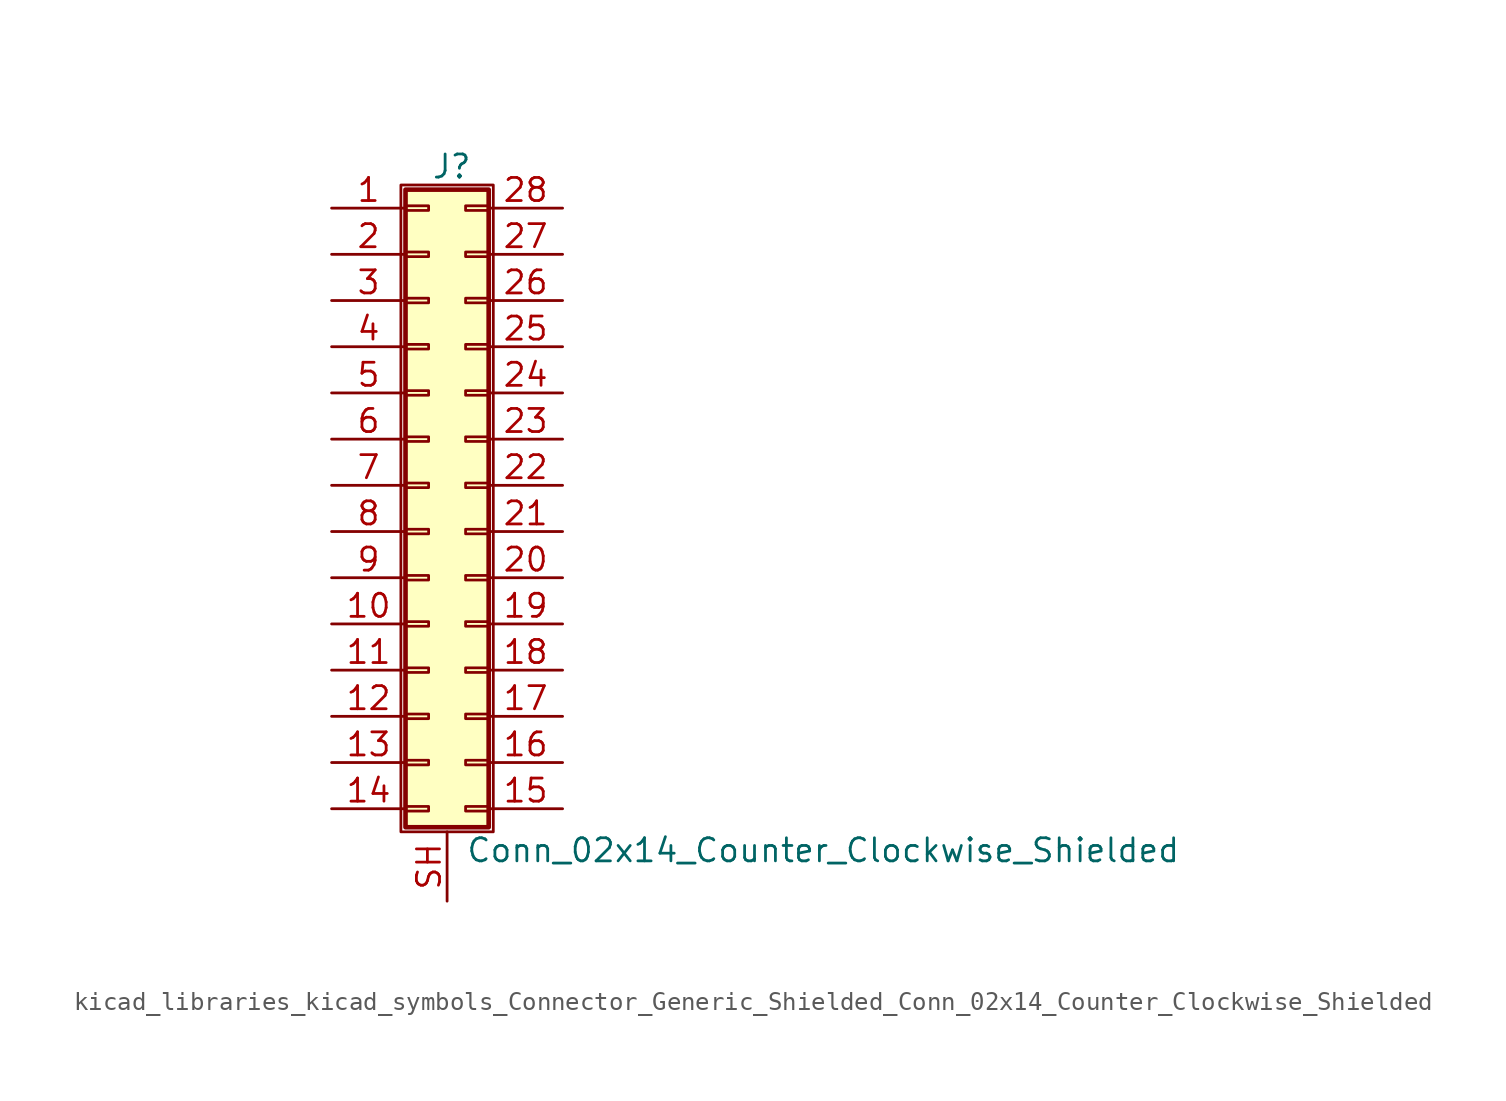
<source format=kicad_sym>
(kicad_symbol_lib
  (version 20220914)
  (generator kicad_symbol_editor)
  (symbol "kicad_libraries_kicad_symbols_Connector_Generic_Shielded_Conn_02x14_Counter_Clockwise_Shielded"
    (pin_names
      (offset 1.016) hide)
    (property "Reference" "J"
      (at 1.524 17.526 0)
      (effects (font (size 1.27 1.27))))
    (property "Value" "Conn_02x14_Counter_Clockwise_Shielded"
      (at 2.286 -20.066 0)
      (effects (font (size 1.27 1.27)) (justify left)))
    (symbol "kicad_libraries_kicad_symbols_Connector_Generic_Shielded_Conn_02x14_Counter_Clockwise_Shielded_1_1"
      (rectangle (start -1.27 16.51) (end 3.81 -19.05) (stroke (width 0.152) (type default)) (fill (type none)))
      (rectangle (start -1.016 -17.653) (end 0.254 -17.907) (stroke (width 0.152) (type default)) (fill (type none)))
      (rectangle (start -1.016 -15.113) (end 0.254 -15.367) (stroke (width 0.152) (type default)) (fill (type none)))
      (rectangle (start -1.016 -12.573) (end 0.254 -12.827) (stroke (width 0.152) (type default)) (fill (type none)))
      (rectangle (start -1.016 -10.033) (end 0.254 -10.287) (stroke (width 0.152) (type default)) (fill (type none)))
      (rectangle (start -1.016 -7.493) (end 0.254 -7.747) (stroke (width 0.152) (type default)) (fill (type none)))
      (rectangle (start -1.016 -4.953) (end 0.254 -5.207) (stroke (width 0.152) (type default)) (fill (type none)))
      (rectangle (start -1.016 -2.413) (end 0.254 -2.667) (stroke (width 0.152) (type default)) (fill (type none)))
      (rectangle (start -1.016 0.127) (end 0.254 -0.127) (stroke (width 0.152) (type default)) (fill (type none)))
      (rectangle (start -1.016 2.667) (end 0.254 2.413) (stroke (width 0.152) (type default)) (fill (type none)))
      (rectangle (start -1.016 5.207) (end 0.254 4.953) (stroke (width 0.152) (type default)) (fill (type none)))
      (rectangle (start -1.016 7.747) (end 0.254 7.493) (stroke (width 0.152) (type default)) (fill (type none)))
      (rectangle (start -1.016 10.287) (end 0.254 10.033) (stroke (width 0.152) (type default)) (fill (type none)))
      (rectangle (start -1.016 12.827) (end 0.254 12.573) (stroke (width 0.152) (type default)) (fill (type none)))
      (rectangle (start -1.016 15.367) (end 0.254 15.113) (stroke (width 0.152) (type default)) (fill (type none)))
      (rectangle (start -1.016 16.256) (end 3.556 -18.796) (stroke (width 0.254) (type default)) (fill (type background)))
      (rectangle (start 3.556 -17.653) (end 2.286 -17.907) (stroke (width 0.152) (type default)) (fill (type none)))
      (rectangle (start 3.556 -15.113) (end 2.286 -15.367) (stroke (width 0.152) (type default)) (fill (type none)))
      (rectangle (start 3.556 -12.573) (end 2.286 -12.827) (stroke (width 0.152) (type default)) (fill (type none)))
      (rectangle (start 3.556 -10.033) (end 2.286 -10.287) (stroke (width 0.152) (type default)) (fill (type none)))
      (rectangle (start 3.556 -7.493) (end 2.286 -7.747) (stroke (width 0.152) (type default)) (fill (type none)))
      (rectangle (start 3.556 -4.953) (end 2.286 -5.207) (stroke (width 0.152) (type default)) (fill (type none)))
      (rectangle (start 3.556 -2.413) (end 2.286 -2.667) (stroke (width 0.152) (type default)) (fill (type none)))
      (rectangle (start 3.556 0.127) (end 2.286 -0.127) (stroke (width 0.152) (type default)) (fill (type none)))
      (rectangle (start 3.556 2.667) (end 2.286 2.413) (stroke (width 0.152) (type default)) (fill (type none)))
      (rectangle (start 3.556 5.207) (end 2.286 4.953) (stroke (width 0.152) (type default)) (fill (type none)))
      (rectangle (start 3.556 7.747) (end 2.286 7.493) (stroke (width 0.152) (type default)) (fill (type none)))
      (rectangle (start 3.556 10.287) (end 2.286 10.033) (stroke (width 0.152) (type default)) (fill (type none)))
      (rectangle (start 3.556 12.827) (end 2.286 12.573) (stroke (width 0.152) (type default)) (fill (type none)))
      (rectangle (start 3.556 15.367) (end 2.286 15.113) (stroke (width 0.152) (type default)) (fill (type none)))
      (pin passive line (at -5.08 15.24 0) (length 4.064) (name "Pin_1" (effects (font (size 1.27 1.27)))) (number "1" (effects (font (size 1.27 1.27)))))
      (pin passive line (at -5.08 -7.62 0) (length 4.064) (name "Pin_10" (effects (font (size 1.27 1.27)))) (number "10" (effects (font (size 1.27 1.27)))))
      (pin passive line (at -5.08 -10.16 0) (length 4.064) (name "Pin_11" (effects (font (size 1.27 1.27)))) (number "11" (effects (font (size 1.27 1.27)))))
      (pin passive line (at -5.08 -12.7 0) (length 4.064) (name "Pin_12" (effects (font (size 1.27 1.27)))) (number "12" (effects (font (size 1.27 1.27)))))
      (pin passive line (at -5.08 -15.24 0) (length 4.064) (name "Pin_13" (effects (font (size 1.27 1.27)))) (number "13" (effects (font (size 1.27 1.27)))))
      (pin passive line (at -5.08 -17.78 0) (length 4.064) (name "Pin_14" (effects (font (size 1.27 1.27)))) (number "14" (effects (font (size 1.27 1.27)))))
      (pin passive line (at 7.62 -17.78 180) (length 4.064) (name "Pin_15" (effects (font (size 1.27 1.27)))) (number "15" (effects (font (size 1.27 1.27)))))
      (pin passive line (at 7.62 -15.24 180) (length 4.064) (name "Pin_16" (effects (font (size 1.27 1.27)))) (number "16" (effects (font (size 1.27 1.27)))))
      (pin passive line (at 7.62 -12.7 180) (length 4.064) (name "Pin_17" (effects (font (size 1.27 1.27)))) (number "17" (effects (font (size 1.27 1.27)))))
      (pin passive line (at 7.62 -10.16 180) (length 4.064) (name "Pin_18" (effects (font (size 1.27 1.27)))) (number "18" (effects (font (size 1.27 1.27)))))
      (pin passive line (at 7.62 -7.62 180) (length 4.064) (name "Pin_19" (effects (font (size 1.27 1.27)))) (number "19" (effects (font (size 1.27 1.27)))))
      (pin passive line (at -5.08 12.7 0) (length 4.064) (name "Pin_2" (effects (font (size 1.27 1.27)))) (number "2" (effects (font (size 1.27 1.27)))))
      (pin passive line (at 7.62 -5.08 180) (length 4.064) (name "Pin_20" (effects (font (size 1.27 1.27)))) (number "20" (effects (font (size 1.27 1.27)))))
      (pin passive line (at 7.62 -2.54 180) (length 4.064) (name "Pin_21" (effects (font (size 1.27 1.27)))) (number "21" (effects (font (size 1.27 1.27)))))
      (pin passive line (at 7.62 0 180) (length 4.064) (name "Pin_22" (effects (font (size 1.27 1.27)))) (number "22" (effects (font (size 1.27 1.27)))))
      (pin passive line (at 7.62 2.54 180) (length 4.064) (name "Pin_23" (effects (font (size 1.27 1.27)))) (number "23" (effects (font (size 1.27 1.27)))))
      (pin passive line (at 7.62 5.08 180) (length 4.064) (name "Pin_24" (effects (font (size 1.27 1.27)))) (number "24" (effects (font (size 1.27 1.27)))))
      (pin passive line (at 7.62 7.62 180) (length 4.064) (name "Pin_25" (effects (font (size 1.27 1.27)))) (number "25" (effects (font (size 1.27 1.27)))))
      (pin passive line (at 7.62 10.16 180) (length 4.064) (name "Pin_26" (effects (font (size 1.27 1.27)))) (number "26" (effects (font (size 1.27 1.27)))))
      (pin passive line (at 7.62 12.7 180) (length 4.064) (name "Pin_27" (effects (font (size 1.27 1.27)))) (number "27" (effects (font (size 1.27 1.27)))))
      (pin passive line (at 7.62 15.24 180) (length 4.064) (name "Pin_28" (effects (font (size 1.27 1.27)))) (number "28" (effects (font (size 1.27 1.27)))))
      (pin passive line (at -5.08 10.16 0) (length 4.064) (name "Pin_3" (effects (font (size 1.27 1.27)))) (number "3" (effects (font (size 1.27 1.27)))))
      (pin passive line (at -5.08 7.62 0) (length 4.064) (name "Pin_4" (effects (font (size 1.27 1.27)))) (number "4" (effects (font (size 1.27 1.27)))))
      (pin passive line (at -5.08 5.08 0) (length 4.064) (name "Pin_5" (effects (font (size 1.27 1.27)))) (number "5" (effects (font (size 1.27 1.27)))))
      (pin passive line (at -5.08 2.54 0) (length 4.064) (name "Pin_6" (effects (font (size 1.27 1.27)))) (number "6" (effects (font (size 1.27 1.27)))))
      (pin passive line (at -5.08 0 0) (length 4.064) (name "Pin_7" (effects (font (size 1.27 1.27)))) (number "7" (effects (font (size 1.27 1.27)))))
      (pin passive line (at -5.08 -2.54 0) (length 4.064) (name "Pin_8" (effects (font (size 1.27 1.27)))) (number "8" (effects (font (size 1.27 1.27)))))
      (pin passive line (at -5.08 -5.08 0) (length 4.064) (name "Pin_9" (effects (font (size 1.27 1.27)))) (number "9" (effects (font (size 1.27 1.27)))))
      (pin passive line (at 1.27 -22.86 90) (length 3.81) (name "Shield" (effects (font (size 1.27 1.27)))) (number "SH" (effects (font (size 1.27 1.27))))))))
</source>
